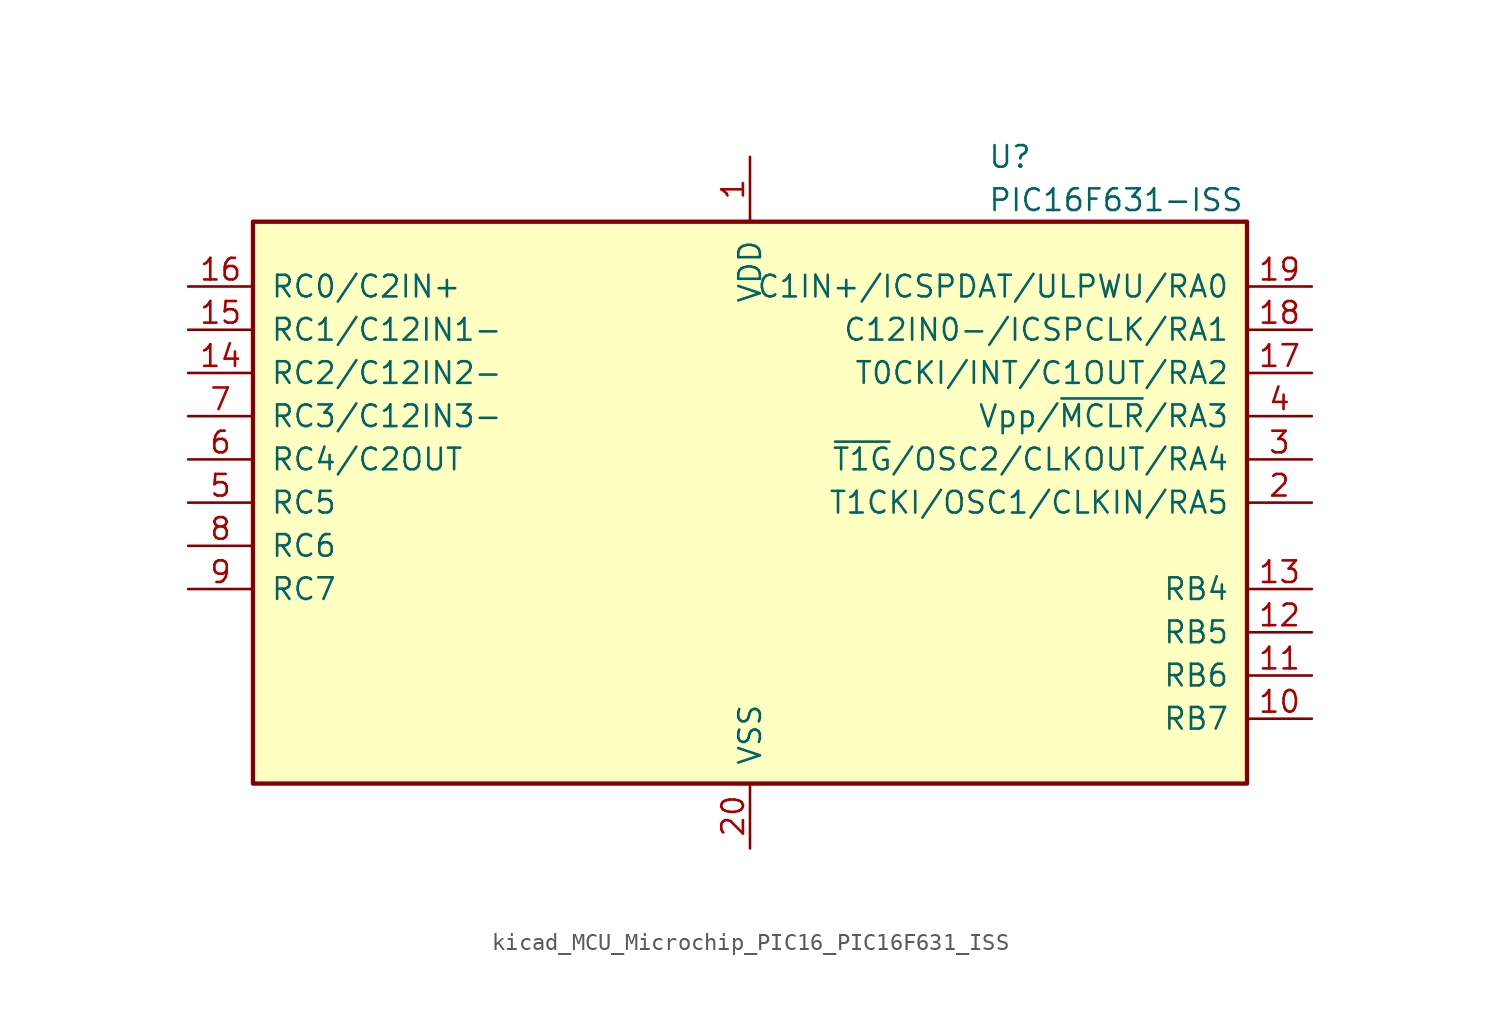
<source format=kicad_sym>
(kicad_symbol_lib
  (version 20220914)
  (generator kicad_symbol_editor)
  (symbol "kicad_MCU_Microchip_PIC16_PIC16F631_ISS"
    (pin_names
      (offset 1.016))
    (property "Reference" "U"
      (at 13.97 20.32 0)
      (effects (font (size 1.27 1.27)) (justify left)))
    (property "Value" "PIC16F631-ISS"
      (at 13.97 17.78 0)
      (effects (font (size 1.27 1.27)) (justify left)))
    (symbol "kicad_MCU_Microchip_PIC16_PIC16F631_ISS_0_1"
      (rectangle (start -29.21 16.51) (end 29.21 -16.51) (stroke (width 0.254) (type default)) (fill (type background))))
    (symbol "kicad_MCU_Microchip_PIC16_PIC16F631_ISS_1_1"
      (pin power_in line (at 0 20.32 270) (length 3.81) (name "VDD" (effects (font (size 1.27 1.27)))) (number "1" (effects (font (size 1.27 1.27)))))
      (pin bidirectional line (at 33.02 -12.7 180) (length 3.81) (name "RB7" (effects (font (size 1.27 1.27)))) (number "10" (effects (font (size 1.27 1.27)))))
      (pin bidirectional line (at 33.02 -10.16 180) (length 3.81) (name "RB6" (effects (font (size 1.27 1.27)))) (number "11" (effects (font (size 1.27 1.27)))))
      (pin bidirectional line (at 33.02 -7.62 180) (length 3.81) (name "RB5" (effects (font (size 1.27 1.27)))) (number "12" (effects (font (size 1.27 1.27)))))
      (pin bidirectional line (at 33.02 -5.08 180) (length 3.81) (name "RB4" (effects (font (size 1.27 1.27)))) (number "13" (effects (font (size 1.27 1.27)))))
      (pin bidirectional line (at -33.02 7.62 0) (length 3.81) (name "RC2/C12IN2-" (effects (font (size 1.27 1.27)))) (number "14" (effects (font (size 1.27 1.27)))))
      (pin bidirectional line (at -33.02 10.16 0) (length 3.81) (name "RC1/C12IN1-" (effects (font (size 1.27 1.27)))) (number "15" (effects (font (size 1.27 1.27)))))
      (pin bidirectional line (at -33.02 12.7 0) (length 3.81) (name "RC0/C2IN+" (effects (font (size 1.27 1.27)))) (number "16" (effects (font (size 1.27 1.27)))))
      (pin bidirectional line (at 33.02 7.62 180) (length 3.81) (name "T0CKI/INT/C1OUT/RA2" (effects (font (size 1.27 1.27)))) (number "17" (effects (font (size 1.27 1.27)))))
      (pin bidirectional line (at 33.02 10.16 180) (length 3.81) (name "C12IN0-/ICSPCLK/RA1" (effects (font (size 1.27 1.27)))) (number "18" (effects (font (size 1.27 1.27)))))
      (pin bidirectional line (at 33.02 12.7 180) (length 3.81) (name "C1IN+/ICSPDAT/ULPWU/RA0" (effects (font (size 1.27 1.27)))) (number "19" (effects (font (size 1.27 1.27)))))
      (pin bidirectional line (at 33.02 0 180) (length 3.81) (name "T1CKI/OSC1/CLKIN/RA5" (effects (font (size 1.27 1.27)))) (number "2" (effects (font (size 1.27 1.27)))))
      (pin power_in line (at 0 -20.32 90) (length 3.81) (name "VSS" (effects (font (size 1.27 1.27)))) (number "20" (effects (font (size 1.27 1.27)))))
      (pin bidirectional line (at 33.02 2.54 180) (length 3.81) (name "~{T1G}/OSC2/CLKOUT/RA4" (effects (font (size 1.27 1.27)))) (number "3" (effects (font (size 1.27 1.27)))))
      (pin input line (at 33.02 5.08 180) (length 3.81) (name "Vpp/~{MCLR}/RA3" (effects (font (size 1.27 1.27)))) (number "4" (effects (font (size 1.27 1.27)))))
      (pin bidirectional line (at -33.02 0 0) (length 3.81) (name "RC5" (effects (font (size 1.27 1.27)))) (number "5" (effects (font (size 1.27 1.27)))))
      (pin bidirectional line (at -33.02 2.54 0) (length 3.81) (name "RC4/C2OUT" (effects (font (size 1.27 1.27)))) (number "6" (effects (font (size 1.27 1.27)))))
      (pin bidirectional line (at -33.02 5.08 0) (length 3.81) (name "RC3/C12IN3-" (effects (font (size 1.27 1.27)))) (number "7" (effects (font (size 1.27 1.27)))))
      (pin bidirectional line (at -33.02 -2.54 0) (length 3.81) (name "RC6" (effects (font (size 1.27 1.27)))) (number "8" (effects (font (size 1.27 1.27)))))
      (pin bidirectional line (at -33.02 -5.08 0) (length 3.81) (name "RC7" (effects (font (size 1.27 1.27)))) (number "9" (effects (font (size 1.27 1.27))))))))
</source>
